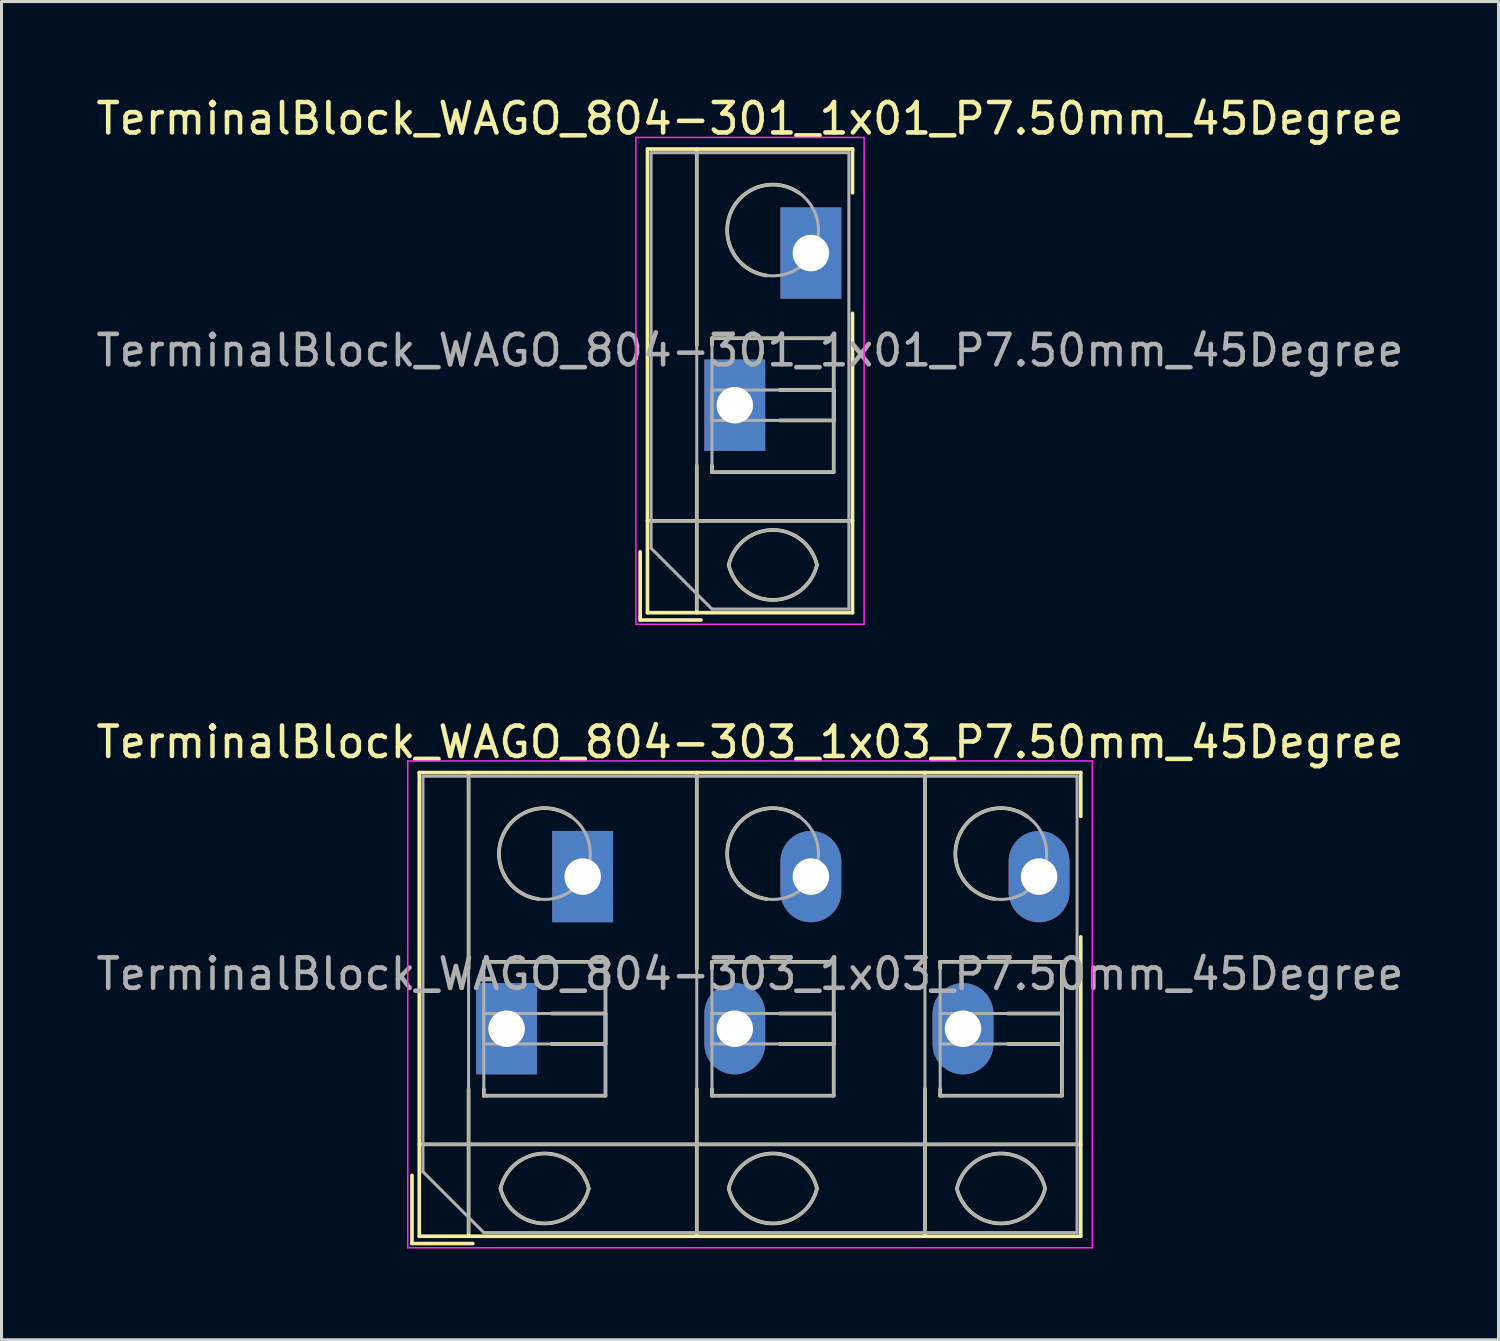
<source format=kicad_pcb>
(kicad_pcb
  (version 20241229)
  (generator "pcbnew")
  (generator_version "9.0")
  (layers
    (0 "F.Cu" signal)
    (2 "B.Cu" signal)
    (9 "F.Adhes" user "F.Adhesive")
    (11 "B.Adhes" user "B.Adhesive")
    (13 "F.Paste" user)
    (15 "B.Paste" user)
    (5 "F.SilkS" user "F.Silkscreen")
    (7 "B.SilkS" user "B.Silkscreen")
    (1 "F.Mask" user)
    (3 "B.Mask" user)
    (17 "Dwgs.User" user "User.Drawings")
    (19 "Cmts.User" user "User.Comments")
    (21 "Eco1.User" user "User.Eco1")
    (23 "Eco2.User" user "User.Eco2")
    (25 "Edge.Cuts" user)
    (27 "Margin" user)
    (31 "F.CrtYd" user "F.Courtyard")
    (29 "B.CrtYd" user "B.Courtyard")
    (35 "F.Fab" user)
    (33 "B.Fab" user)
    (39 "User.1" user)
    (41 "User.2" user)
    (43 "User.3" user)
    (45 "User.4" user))
  (footprint "TerminalBlock_WAGO_804-303_1x03_P7.50mm_45Degree"
    (layer "F.Cu")
    (at 13.601 30.762)
    (property "Reference" "TerminalBlock_WAGO_804-303_1x03_P7.50mm_45Degree" (at 8 -9.42 0) (layer "F.SilkS") (effects (font (size 1 1) (thickness 0.15))))
    (attr through_hole)
    (fp_line (start -3.11 4.82) (end -3.11 7.06) (stroke (width 0.12) (type solid)) (layer "F.SilkS"))
    (fp_line (start -3.11 7.06) (end -1.11 7.06) (stroke (width 0.12) (type solid)) (layer "F.SilkS"))
    (fp_line (start -2.87 -8.42) (end -2.87 6.82) (stroke (width 0.12) (type solid)) (layer "F.SilkS"))
    (fp_line (start -2.87 -8.42) (end 18.87 -8.42) (stroke (width 0.12) (type solid)) (layer "F.SilkS"))
    (fp_line (start -2.87 3.8) (end 18.87 3.8) (stroke (width 0.12) (type solid)) (layer "F.SilkS"))
    (fp_line (start -2.87 6.82) (end 18.87 6.82) (stroke (width 0.12) (type solid)) (layer "F.SilkS"))
    (fp_line (start -1.25 -8.42) (end -1.25 -1.98) (stroke (width 0.12) (type solid)) (layer "F.SilkS"))
    (fp_line (start -1.25 1.98) (end -1.25 6.82) (stroke (width 0.12) (type solid)) (layer "F.SilkS"))
    (fp_line (start -0.75 -2.2) (end -0.75 -1.98) (stroke (width 0.12) (type solid)) (layer "F.SilkS"))
    (fp_line (start -0.75 -2.2) (end 3.25 -2.2) (stroke (width 0.12) (type solid)) (layer "F.SilkS"))
    (fp_line (start -0.75 1.98) (end -0.75 2.2) (stroke (width 0.12) (type solid)) (layer "F.SilkS"))
    (fp_line (start -0.75 2.2) (end 3.25 2.2) (stroke (width 0.12) (type solid)) (layer "F.SilkS"))
    (fp_line (start 1.48 -0.5) (end 3.25 -0.5) (stroke (width 0.12) (type solid)) (layer "F.SilkS"))
    (fp_line (start 1.48 0.5) (end 3.25 0.5) (stroke (width 0.12) (type solid)) (layer "F.SilkS"))
    (fp_line (start 3.25 -2.2) (end 3.25 2.2) (stroke (width 0.12) (type solid)) (layer "F.SilkS"))
    (fp_line (start 3.25 -0.5) (end 3.25 0.5) (stroke (width 0.12) (type solid)) (layer "F.SilkS"))
    (fp_line (start 6.25 -8.42) (end 6.25 -1.98) (stroke (width 0.12) (type solid)) (layer "F.SilkS"))
    (fp_line (start 6.25 1.98) (end 6.25 6.82) (stroke (width 0.12) (type solid)) (layer "F.SilkS"))
    (fp_line (start 6.75 -2.2) (end 6.75 -1.98) (stroke (width 0.12) (type solid)) (layer "F.SilkS"))
    (fp_line (start 6.75 -2.2) (end 10.75 -2.2) (stroke (width 0.12) (type solid)) (layer "F.SilkS"))
    (fp_line (start 6.75 1.98) (end 6.75 2.2) (stroke (width 0.12) (type solid)) (layer "F.SilkS"))
    (fp_line (start 6.75 2.2) (end 10.75 2.2) (stroke (width 0.12) (type solid)) (layer "F.SilkS"))
    (fp_line (start 8.98 -0.5) (end 10.75 -0.5) (stroke (width 0.12) (type solid)) (layer "F.SilkS"))
    (fp_line (start 8.98 0.5) (end 10.75 0.5) (stroke (width 0.12) (type solid)) (layer "F.SilkS"))
    (fp_line (start 10.75 -2.2) (end 10.75 2.2) (stroke (width 0.12) (type solid)) (layer "F.SilkS"))
    (fp_line (start 10.75 -0.5) (end 10.75 0.5) (stroke (width 0.12) (type solid)) (layer "F.SilkS"))
    (fp_line (start 13.75 -8.42) (end 13.75 -1.98) (stroke (width 0.12) (type solid)) (layer "F.SilkS"))
    (fp_line (start 13.75 1.98) (end 13.75 6.82) (stroke (width 0.12) (type solid)) (layer "F.SilkS"))
    (fp_line (start 14.25 -2.2) (end 14.25 -1.98) (stroke (width 0.12) (type solid)) (layer "F.SilkS"))
    (fp_line (start 14.25 -2.2) (end 18.25 -2.2) (stroke (width 0.12) (type solid)) (layer "F.SilkS"))
    (fp_line (start 14.25 1.98) (end 14.25 2.2) (stroke (width 0.12) (type solid)) (layer "F.SilkS"))
    (fp_line (start 14.25 2.2) (end 18.25 2.2) (stroke (width 0.12) (type solid)) (layer "F.SilkS"))
    (fp_line (start 16.48 -0.5) (end 18.25 -0.5) (stroke (width 0.12) (type solid)) (layer "F.SilkS"))
    (fp_line (start 16.48 0.5) (end 18.25 0.5) (stroke (width 0.12) (type solid)) (layer "F.SilkS"))
    (fp_line (start 18.25 -2.2) (end 18.25 2.2) (stroke (width 0.12) (type solid)) (layer "F.SilkS"))
    (fp_line (start 18.25 -0.5) (end 18.25 0.5) (stroke (width 0.12) (type solid)) (layer "F.SilkS"))
    (fp_line (start 18.87 -8.42) (end 18.87 -6.98) (stroke (width 0.12) (type solid)) (layer "F.SilkS"))
    (fp_line (start 18.87 -3.02) (end 18.87 6.82) (stroke (width 0.12) (type solid)) (layer "F.SilkS"))
    (fp_arc (start -0.200865 5.250424) (mid 1.250296 4.099926) (end 2.701 5.251) (stroke (width 0.12) (type solid)) (layer "F.SilkS"))
    (fp_arc (start 1.040798 -4.264067) (mid -0.146039 -6.300306) (end 2.111 -6.979) (stroke (width 0.12) (type solid)) (layer "F.SilkS"))
    (fp_arc (start 2.7 5.25) (mid 1.250068 6.400101) (end -0.199969 5.250133) (stroke (width 0.12) (type solid)) (layer "F.SilkS"))
    (fp_arc (start 7.299135 5.250424) (mid 8.750296 4.099926) (end 10.201 5.251) (stroke (width 0.12) (type solid)) (layer "F.SilkS"))
    (fp_arc (start 8.540798 -4.264067) (mid 7.353961 -6.300306) (end 9.611 -6.979) (stroke (width 0.12) (type solid)) (layer "F.SilkS"))
    (fp_arc (start 10.2 5.25) (mid 8.750068 6.400101) (end 7.300031 5.250133) (stroke (width 0.12) (type solid)) (layer "F.SilkS"))
    (fp_arc (start 14.799135 5.250424) (mid 16.250296 4.099926) (end 17.701 5.251) (stroke (width 0.12) (type solid)) (layer "F.SilkS"))
    (fp_arc (start 16.040798 -4.264067) (mid 14.853961 -6.300306) (end 17.111 -6.979) (stroke (width 0.12) (type solid)) (layer "F.SilkS"))
    (fp_arc (start 17.7 5.25) (mid 16.250068 6.400101) (end 14.800031 5.250133) (stroke (width 0.12) (type solid)) (layer "F.SilkS"))
    (fp_line (start -3.25 -8.8) (end -3.25 7.2) (stroke (width 0.05) (type solid)) (layer "F.CrtYd"))
    (fp_line (start -3.25 7.2) (end 19.25 7.2) (stroke (width 0.05) (type solid)) (layer "F.CrtYd"))
    (fp_line (start 19.25 -8.8) (end -3.25 -8.8) (stroke (width 0.05) (type solid)) (layer "F.CrtYd"))
    (fp_line (start 19.25 7.2) (end 19.25 -8.8) (stroke (width 0.05) (type solid)) (layer "F.CrtYd"))
    (fp_line (start -2.75 -8.3) (end 18.75 -8.3) (stroke (width 0.1) (type solid)) (layer "F.Fab"))
    (fp_line (start -2.75 3.8) (end 18.75 3.8) (stroke (width 0.1) (type solid)) (layer "F.Fab"))
    (fp_line (start -2.75 4.7) (end -2.75 -8.3) (stroke (width 0.1) (type solid)) (layer "F.Fab"))
    (fp_line (start -1.25 -8.3) (end -1.25 6.7) (stroke (width 0.1) (type solid)) (layer "F.Fab"))
    (fp_line (start -0.75 -2.2) (end -0.75 2.2) (stroke (width 0.1) (type solid)) (layer "F.Fab"))
    (fp_line (start -0.75 -0.5) (end -0.75 0.5) (stroke (width 0.1) (type solid)) (layer "F.Fab"))
    (fp_line (start -0.75 0.5) (end 3.25 0.5) (stroke (width 0.1) (type solid)) (layer "F.Fab"))
    (fp_line (start -0.75 2.2) (end 3.25 2.2) (stroke (width 0.1) (type solid)) (layer "F.Fab"))
    (fp_line (start -0.75 6.7) (end -2.75 4.7) (stroke (width 0.1) (type solid)) (layer "F.Fab"))
    (fp_line (start 3.25 -2.2) (end -0.75 -2.2) (stroke (width 0.1) (type solid)) (layer "F.Fab"))
    (fp_line (start 3.25 -0.5) (end -0.75 -0.5) (stroke (width 0.1) (type solid)) (layer "F.Fab"))
    (fp_line (start 3.25 0.5) (end 3.25 -0.5) (stroke (width 0.1) (type solid)) (layer "F.Fab"))
    (fp_line (start 3.25 2.2) (end 3.25 -2.2) (stroke (width 0.1) (type solid)) (layer "F.Fab"))
    (fp_line (start 6.25 -8.3) (end 6.25 6.7) (stroke (width 0.1) (type solid)) (layer "F.Fab"))
    (fp_line (start 6.75 -2.2) (end 6.75 2.2) (stroke (width 0.1) (type solid)) (layer "F.Fab"))
    (fp_line (start 6.75 -0.5) (end 6.75 0.5) (stroke (width 0.1) (type solid)) (layer "F.Fab"))
    (fp_line (start 6.75 0.5) (end 10.75 0.5) (stroke (width 0.1) (type solid)) (layer "F.Fab"))
    (fp_line (start 6.75 2.2) (end 10.75 2.2) (stroke (width 0.1) (type solid)) (layer "F.Fab"))
    (fp_line (start 10.75 -2.2) (end 6.75 -2.2) (stroke (width 0.1) (type solid)) (layer "F.Fab"))
    (fp_line (start 10.75 -0.5) (end 6.75 -0.5) (stroke (width 0.1) (type solid)) (layer "F.Fab"))
    (fp_line (start 10.75 0.5) (end 10.75 -0.5) (stroke (width 0.1) (type solid)) (layer "F.Fab"))
    (fp_line (start 10.75 2.2) (end 10.75 -2.2) (stroke (width 0.1) (type solid)) (layer "F.Fab"))
    (fp_line (start 13.75 -8.3) (end 13.75 6.7) (stroke (width 0.1) (type solid)) (layer "F.Fab"))
    (fp_line (start 14.25 -2.2) (end 14.25 2.2) (stroke (width 0.1) (type solid)) (layer "F.Fab"))
    (fp_line (start 14.25 -0.5) (end 14.25 0.5) (stroke (width 0.1) (type solid)) (layer "F.Fab"))
    (fp_line (start 14.25 0.5) (end 18.25 0.5) (stroke (width 0.1) (type solid)) (layer "F.Fab"))
    (fp_line (start 14.25 2.2) (end 18.25 2.2) (stroke (width 0.1) (type solid)) (layer "F.Fab"))
    (fp_line (start 18.25 -2.2) (end 14.25 -2.2) (stroke (width 0.1) (type solid)) (layer "F.Fab"))
    (fp_line (start 18.25 -0.5) (end 14.25 -0.5) (stroke (width 0.1) (type solid)) (layer "F.Fab"))
    (fp_line (start 18.25 0.5) (end 18.25 -0.5) (stroke (width 0.1) (type solid)) (layer "F.Fab"))
    (fp_line (start 18.25 2.2) (end 18.25 -2.2) (stroke (width 0.1) (type solid)) (layer "F.Fab"))
    (fp_line (start 18.75 -8.3) (end 18.75 6.7) (stroke (width 0.1) (type solid)) (layer "F.Fab"))
    (fp_line (start 18.75 6.7) (end -0.75 6.7) (stroke (width 0.1) (type solid)) (layer "F.Fab"))
    (fp_arc (start -0.200865 5.250424) (mid 1.250296 4.099926) (end 2.701 5.251) (stroke (width 0.1) (type solid)) (layer "F.Fab"))
    (fp_arc (start 2.7 5.25) (mid 1.250068 6.400101) (end -0.199969 5.250133) (stroke (width 0.1) (type solid)) (layer "F.Fab"))
    (fp_arc (start 7.299135 5.250424) (mid 8.750296 4.099926) (end 10.201 5.251) (stroke (width 0.1) (type solid)) (layer "F.Fab"))
    (fp_arc (start 10.2 5.25) (mid 8.750068 6.400101) (end 7.300031 5.250133) (stroke (width 0.1) (type solid)) (layer "F.Fab"))
    (fp_arc (start 14.799135 5.250424) (mid 16.250296 4.099926) (end 17.701 5.251) (stroke (width 0.1) (type solid)) (layer "F.Fab"))
    (fp_arc (start 17.7 5.25) (mid 16.250068 6.400101) (end 14.800031 5.250133) (stroke (width 0.1) (type solid)) (layer "F.Fab"))
    (fp_circle (center 1.25 -5.75) (end 2.75 -5.75) (stroke (width 0.1) (type solid)) (fill no) (layer "F.Fab"))
    (fp_circle (center 8.75 -5.75) (end 10.25 -5.75) (stroke (width 0.1) (type solid)) (fill no) (layer "F.Fab"))
    (fp_circle (center 16.25 -5.75) (end 17.75 -5.75) (stroke (width 0.1) (type solid)) (fill no) (layer "F.Fab"))
    (fp_text user "${REFERENCE}" (at 8 -1.8 0) (layer "F.Fab") (effects (font (size 1 1) (thickness 0.15))))
    (pad "1" thru_hole rect (at 0 0) (size 2 3) (drill 1.2) (layers "*.Cu" "*.Mask"))
    (pad "1" thru_hole rect (at 2.5 -5) (size 2 3) (drill 1.2) (layers "*.Cu" "*.Mask"))
    (pad "2" thru_hole oval (at 7.5 0) (size 2 3) (drill 1.2) (layers "*.Cu" "*.Mask"))
    (pad "2" thru_hole oval (at 10 -5) (size 2 3) (drill 1.2) (layers "*.Cu" "*.Mask"))
    (pad "3" thru_hole oval (at 15 0) (size 2 3) (drill 1.2) (layers "*.Cu" "*.Mask"))
    (pad "3" thru_hole oval (at 17.5 -5) (size 2 3) (drill 1.2) (layers "*.Cu" "*.Mask")))
  (footprint "TerminalBlock_WAGO_804-301_1x01_P7.50mm_45Degree"
    (layer "F.Cu")
    (at 21.101 10.268)
    (property "Reference" "TerminalBlock_WAGO_804-301_1x01_P7.50mm_45Degree" (at 0.5 -9.42 0) (layer "F.SilkS") (effects (font (size 1 1) (thickness 0.15))))
    (attr through_hole)
    (fp_line (start -3.11 4.82) (end -3.11 7.06) (stroke (width 0.12) (type solid)) (layer "F.SilkS"))
    (fp_line (start -3.11 7.06) (end -1.11 7.06) (stroke (width 0.12) (type solid)) (layer "F.SilkS"))
    (fp_line (start -2.87 -8.42) (end -2.87 6.82) (stroke (width 0.12) (type solid)) (layer "F.SilkS"))
    (fp_line (start -2.87 -8.42) (end 3.87 -8.42) (stroke (width 0.12) (type solid)) (layer "F.SilkS"))
    (fp_line (start -2.87 3.8) (end 3.87 3.8) (stroke (width 0.12) (type solid)) (layer "F.SilkS"))
    (fp_line (start -2.87 6.82) (end 3.87 6.82) (stroke (width 0.12) (type solid)) (layer "F.SilkS"))
    (fp_line (start -1.25 -8.42) (end -1.25 -1.98) (stroke (width 0.12) (type solid)) (layer "F.SilkS"))
    (fp_line (start -1.25 1.98) (end -1.25 6.82) (stroke (width 0.12) (type solid)) (layer "F.SilkS"))
    (fp_line (start -0.75 -2.2) (end -0.75 -1.98) (stroke (width 0.12) (type solid)) (layer "F.SilkS"))
    (fp_line (start -0.75 -2.2) (end 3.25 -2.2) (stroke (width 0.12) (type solid)) (layer "F.SilkS"))
    (fp_line (start -0.75 1.98) (end -0.75 2.2) (stroke (width 0.12) (type solid)) (layer "F.SilkS"))
    (fp_line (start -0.75 2.2) (end 3.25 2.2) (stroke (width 0.12) (type solid)) (layer "F.SilkS"))
    (fp_line (start 1.48 -0.5) (end 3.25 -0.5) (stroke (width 0.12) (type solid)) (layer "F.SilkS"))
    (fp_line (start 1.48 0.5) (end 3.25 0.5) (stroke (width 0.12) (type solid)) (layer "F.SilkS"))
    (fp_line (start 3.25 -2.2) (end 3.25 2.2) (stroke (width 0.12) (type solid)) (layer "F.SilkS"))
    (fp_line (start 3.25 -0.5) (end 3.25 0.5) (stroke (width 0.12) (type solid)) (layer "F.SilkS"))
    (fp_line (start 3.87 -8.42) (end 3.87 -6.98) (stroke (width 0.12) (type solid)) (layer "F.SilkS"))
    (fp_line (start 3.87 -3.02) (end 3.87 6.82) (stroke (width 0.12) (type solid)) (layer "F.SilkS"))
    (fp_arc (start -0.200865 5.250424) (mid 1.250296 4.099926) (end 2.701 5.251) (stroke (width 0.12) (type solid)) (layer "F.SilkS"))
    (fp_arc (start 1.040798 -4.264067) (mid -0.146039 -6.300306) (end 2.111 -6.979) (stroke (width 0.12) (type solid)) (layer "F.SilkS"))
    (fp_arc (start 2.7 5.25) (mid 1.250068 6.400101) (end -0.199969 5.250133) (stroke (width 0.12) (type solid)) (layer "F.SilkS"))
    (fp_line (start -3.25 -8.8) (end -3.25 7.2) (stroke (width 0.05) (type solid)) (layer "F.CrtYd"))
    (fp_line (start -3.25 7.2) (end 4.25 7.2) (stroke (width 0.05) (type solid)) (layer "F.CrtYd"))
    (fp_line (start 4.25 -8.8) (end -3.25 -8.8) (stroke (width 0.05) (type solid)) (layer "F.CrtYd"))
    (fp_line (start 4.25 7.2) (end 4.25 -8.8) (stroke (width 0.05) (type solid)) (layer "F.CrtYd"))
    (fp_line (start -2.75 -8.3) (end 3.75 -8.3) (stroke (width 0.1) (type solid)) (layer "F.Fab"))
    (fp_line (start -2.75 3.8) (end 3.75 3.8) (stroke (width 0.1) (type solid)) (layer "F.Fab"))
    (fp_line (start -2.75 4.7) (end -2.75 -8.3) (stroke (width 0.1) (type solid)) (layer "F.Fab"))
    (fp_line (start -1.25 -8.3) (end -1.25 6.7) (stroke (width 0.1) (type solid)) (layer "F.Fab"))
    (fp_line (start -0.75 -2.2) (end -0.75 2.2) (stroke (width 0.1) (type solid)) (layer "F.Fab"))
    (fp_line (start -0.75 -0.5) (end -0.75 0.5) (stroke (width 0.1) (type solid)) (layer "F.Fab"))
    (fp_line (start -0.75 0.5) (end 3.25 0.5) (stroke (width 0.1) (type solid)) (layer "F.Fab"))
    (fp_line (start -0.75 2.2) (end 3.25 2.2) (stroke (width 0.1) (type solid)) (layer "F.Fab"))
    (fp_line (start -0.75 6.7) (end -2.75 4.7) (stroke (width 0.1) (type solid)) (layer "F.Fab"))
    (fp_line (start 3.25 -2.2) (end -0.75 -2.2) (stroke (width 0.1) (type solid)) (layer "F.Fab"))
    (fp_line (start 3.25 -0.5) (end -0.75 -0.5) (stroke (width 0.1) (type solid)) (layer "F.Fab"))
    (fp_line (start 3.25 0.5) (end 3.25 -0.5) (stroke (width 0.1) (type solid)) (layer "F.Fab"))
    (fp_line (start 3.25 2.2) (end 3.25 -2.2) (stroke (width 0.1) (type solid)) (layer "F.Fab"))
    (fp_line (start 3.75 -8.3) (end 3.75 6.7) (stroke (width 0.1) (type solid)) (layer "F.Fab"))
    (fp_line (start 3.75 6.7) (end -0.75 6.7) (stroke (width 0.1) (type solid)) (layer "F.Fab"))
    (fp_arc (start -0.200865 5.250424) (mid 1.250296 4.099926) (end 2.701 5.251) (stroke (width 0.1) (type solid)) (layer "F.Fab"))
    (fp_arc (start 2.7 5.25) (mid 1.250068 6.400101) (end -0.199969 5.250133) (stroke (width 0.1) (type solid)) (layer "F.Fab"))
    (fp_circle (center 1.25 -5.75) (end 2.75 -5.75) (stroke (width 0.1) (type solid)) (fill no) (layer "F.Fab"))
    (fp_text user "${REFERENCE}" (at 0.5 -1.8 0) (layer "F.Fab") (effects (font (size 1 1) (thickness 0.15))))
    (pad "1" thru_hole rect (at 0 0) (size 2 3) (drill 1.2) (layers "*.Cu" "*.Mask"))
    (pad "1" thru_hole rect (at 2.5 -5) (size 2 3) (drill 1.2) (layers "*.Cu" "*.Mask")))
  (gr_rect
    (start -3 -3)
    (end 46.202 40.986)
    (stroke (width 0.1) (type default))
    (fill no)
    (layer "Edge.Cuts")))
</source>
